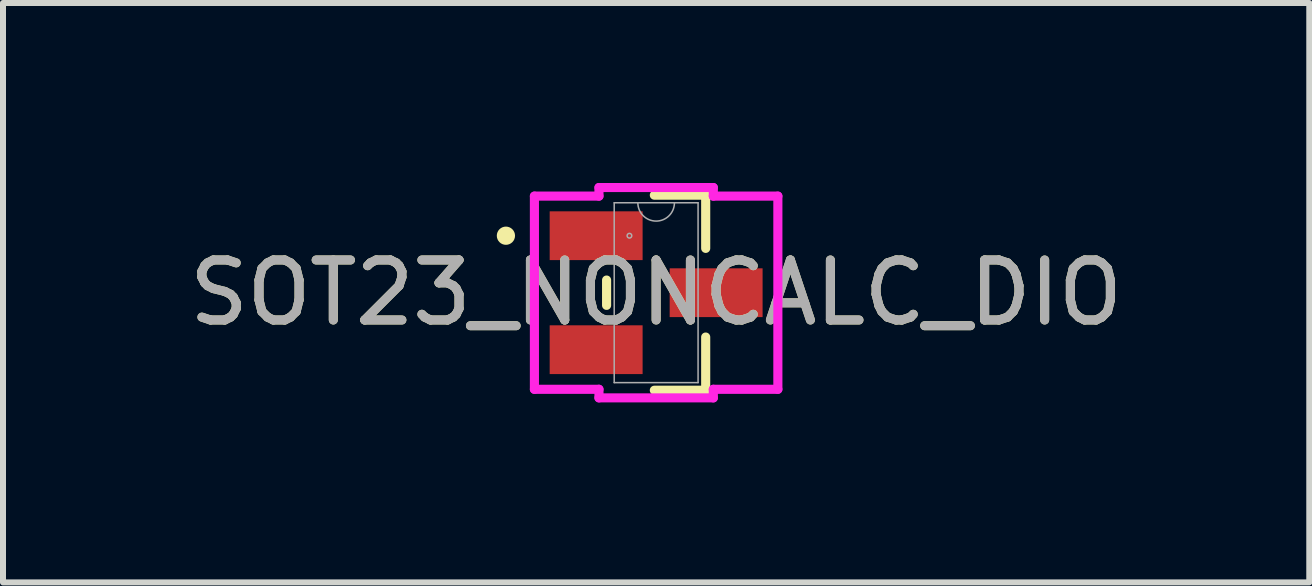
<source format=kicad_pcb>
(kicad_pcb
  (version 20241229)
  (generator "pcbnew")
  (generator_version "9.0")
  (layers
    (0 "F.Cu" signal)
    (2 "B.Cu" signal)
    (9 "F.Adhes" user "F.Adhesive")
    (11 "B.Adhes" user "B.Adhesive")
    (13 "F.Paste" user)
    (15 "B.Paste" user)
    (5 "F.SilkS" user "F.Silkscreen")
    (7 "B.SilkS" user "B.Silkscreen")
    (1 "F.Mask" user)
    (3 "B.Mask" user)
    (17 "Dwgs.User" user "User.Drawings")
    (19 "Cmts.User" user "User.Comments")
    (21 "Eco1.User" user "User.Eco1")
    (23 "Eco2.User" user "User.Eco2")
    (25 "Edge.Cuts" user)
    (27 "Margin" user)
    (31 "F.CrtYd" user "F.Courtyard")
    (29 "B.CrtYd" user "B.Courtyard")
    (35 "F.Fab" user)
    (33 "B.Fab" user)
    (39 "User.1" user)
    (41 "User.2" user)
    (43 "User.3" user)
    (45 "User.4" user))
  (footprint "SOT23_NONCALC_DIO"
    (layer "F.Cu")
    (at 7.887 1.829)
    (property "Reference" "SOT23_NONCALC_DIO" (at 0 0 0) (unlocked yes) (layer "F.SilkS") (effects (font (size 1 1) (thickness 0.15))))
    (attr smd)
    (fp_line (start -0.826 -0.211) (end -0.826 0.211) (stroke (width 0.152) (type solid)) (layer "F.SilkS"))
    (fp_line (start -0.03 1.626) (end 0.826 1.626) (stroke (width 0.152) (type solid)) (layer "F.SilkS"))
    (fp_line (start 0.826 -1.626) (end -0.03 -1.626) (stroke (width 0.152) (type solid)) (layer "F.SilkS"))
    (fp_line (start 0.826 -0.739) (end 0.826 -1.626) (stroke (width 0.152) (type solid)) (layer "F.SilkS"))
    (fp_line (start 0.826 1.626) (end 0.826 0.739) (stroke (width 0.152) (type solid)) (layer "F.SilkS"))
    (fp_circle (center -2.504 -0.95) (end -2.428 -0.95) (stroke (width 0.152) (type solid)) (fill no) (layer "F.SilkS"))
    (fp_line (start -2.029 -1.61) (end -0.953 -1.61) (stroke (width 0.152) (type solid)) (layer "F.CrtYd"))
    (fp_line (start -2.029 1.61) (end -2.029 -1.61) (stroke (width 0.152) (type solid)) (layer "F.CrtYd"))
    (fp_line (start -2.029 1.61) (end -0.953 1.61) (stroke (width 0.152) (type solid)) (layer "F.CrtYd"))
    (fp_line (start -0.953 -1.753) (end 0.953 -1.753) (stroke (width 0.152) (type solid)) (layer "F.CrtYd"))
    (fp_line (start -0.953 -1.61) (end -0.953 -1.753) (stroke (width 0.152) (type solid)) (layer "F.CrtYd"))
    (fp_line (start -0.953 1.753) (end -0.953 1.61) (stroke (width 0.152) (type solid)) (layer "F.CrtYd"))
    (fp_line (start 0.953 -1.753) (end 0.953 -1.61) (stroke (width 0.152) (type solid)) (layer "F.CrtYd"))
    (fp_line (start 0.953 1.61) (end 0.953 1.753) (stroke (width 0.152) (type solid)) (layer "F.CrtYd"))
    (fp_line (start 0.953 1.753) (end -0.953 1.753) (stroke (width 0.152) (type solid)) (layer "F.CrtYd"))
    (fp_line (start 2.029 -1.61) (end 0.953 -1.61) (stroke (width 0.152) (type solid)) (layer "F.CrtYd"))
    (fp_line (start 2.029 -1.61) (end 2.029 1.61) (stroke (width 0.152) (type solid)) (layer "F.CrtYd"))
    (fp_line (start 2.029 1.61) (end 0.953 1.61) (stroke (width 0.152) (type solid)) (layer "F.CrtYd"))
    (fp_line (start -0.699 -1.499) (end -0.699 1.499) (stroke (width 0.025) (type solid)) (layer "F.Fab"))
    (fp_line (start -0.699 1.499) (end 0.699 1.499) (stroke (width 0.025) (type solid)) (layer "F.Fab"))
    (fp_line (start 0.699 -1.499) (end -0.699 -1.499) (stroke (width 0.025) (type solid)) (layer "F.Fab"))
    (fp_line (start 0.699 1.499) (end 0.699 -1.499) (stroke (width 0.025) (type solid)) (layer "F.Fab"))
    (fp_arc (start 0.3048 -1.4986) (mid 0 -1.1938) (end -0.3048 -1.4986) (stroke (width 0.0254) (type solid)) (layer "F.Fab"))
    (fp_circle (center -0.445 -0.95) (end -0.406 -0.95) (stroke (width 0.025) (type solid)) (fill no) (layer "F.Fab"))
    (fp_text user "${REFERENCE}" (at 0 0 0) (unlocked yes) (layer "F.Fab") (effects (font (size 1 1) (thickness 0.15))))
    (pad "1" smd rect (at -1 -0.95) (size 1.549 0.813) (layers "F.Cu" "F.Mask" "F.Paste"))
    (pad "2" smd rect (at -1 0.95) (size 1.549 0.813) (layers "F.Cu" "F.Mask" "F.Paste"))
    (pad "3" smd rect (at 1 0) (size 1.549 0.813) (layers "F.Cu" "F.Mask" "F.Paste")))
  (gr_rect
    (start -3 -3)
    (end 18.774 6.658)
    (stroke (width 0.1) (type default))
    (fill no)
    (layer "Edge.Cuts")))
</source>
